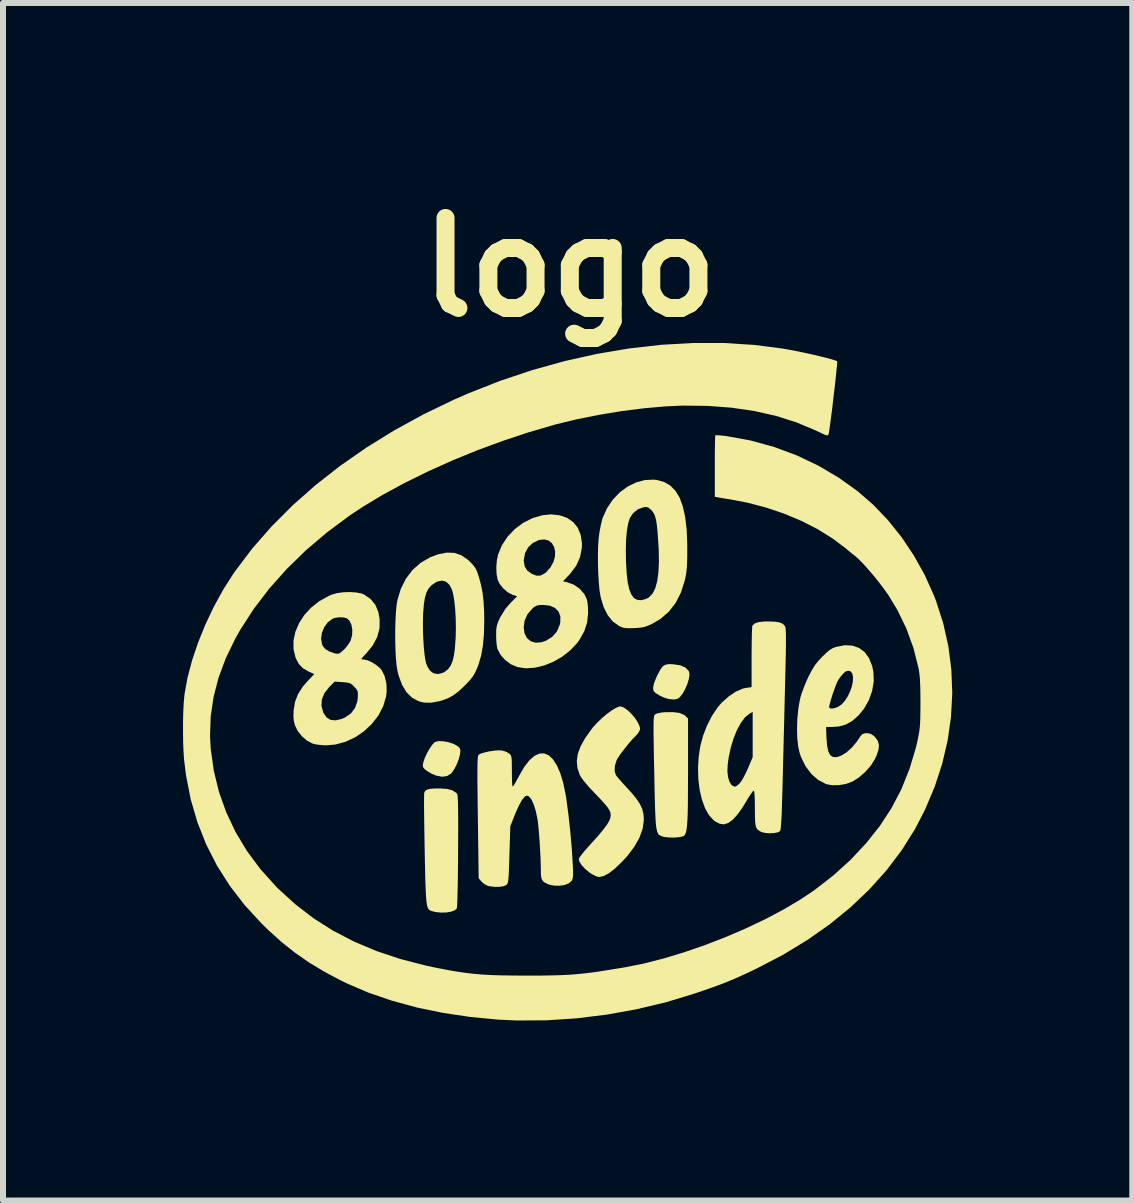
<source format=kicad_pcb>
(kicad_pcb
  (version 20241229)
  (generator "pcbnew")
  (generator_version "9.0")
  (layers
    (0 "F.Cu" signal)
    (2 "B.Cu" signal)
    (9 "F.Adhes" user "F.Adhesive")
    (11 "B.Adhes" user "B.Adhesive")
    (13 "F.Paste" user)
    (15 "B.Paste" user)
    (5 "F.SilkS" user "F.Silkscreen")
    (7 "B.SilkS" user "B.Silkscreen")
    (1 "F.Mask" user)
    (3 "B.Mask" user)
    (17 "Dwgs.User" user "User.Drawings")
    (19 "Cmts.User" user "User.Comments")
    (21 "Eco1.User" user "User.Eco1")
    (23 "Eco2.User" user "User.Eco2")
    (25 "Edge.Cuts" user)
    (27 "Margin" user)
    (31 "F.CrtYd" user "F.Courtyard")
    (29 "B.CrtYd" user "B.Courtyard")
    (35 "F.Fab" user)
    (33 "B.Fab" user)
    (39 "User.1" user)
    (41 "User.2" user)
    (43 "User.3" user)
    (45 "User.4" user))
  (footprint "logo"
    (layer "F.Cu")
    (at 6.446 8.313)
    (property "Reference" "logo" (at 0 -6.909 0) (layer "F.SilkS") (effects (font (size 1.5 1.5) (thickness 0.3))))
    (attr board_only exclude_from_pos_files exclude_from_bom)
    (fp_poly (pts (xy 1.725 -0.293) (xy 1.842 -0.275) (xy 1.928 -0.238) (xy 1.98 -0.183) (xy 1.988 -0.166) (xy 1.994 -0.114) (xy 1.982 -0.041) (xy 1.956 0.042) (xy 1.919 0.126) (xy 1.877 0.2) (xy 1.832 0.256) (xy 1.804 0.278) (xy 1.745 0.294) (xy 1.664 0.288) (xy 1.626 0.28) (xy 1.56 0.258) (xy 1.492 0.225) (xy 1.434 0.189) (xy 1.398 0.156) (xy 1.395 0.151) (xy 1.387 0.1) (xy 1.403 0.023) (xy 1.443 -0.078) (xy 1.468 -0.13) (xy 1.511 -0.209) (xy 1.55 -0.26) (xy 1.594 -0.286) (xy 1.651 -0.296)) (stroke (width 0) (type solid)) (fill yes) (layer "F.SilkS"))
    (fp_poly (pts (xy -2.114 0.989) (xy -2.029 1.004) (xy -1.946 1.03) (xy -1.921 1.042) (xy -1.867 1.072) (xy -1.838 1.099) (xy -1.826 1.133) (xy -1.824 1.148) (xy -1.83 1.209) (xy -1.851 1.288) (xy -1.884 1.373) (xy -1.924 1.452) (xy -1.966 1.513) (xy -1.974 1.523) (xy -2.043 1.568) (xy -2.128 1.581) (xy -2.228 1.562) (xy -2.298 1.533) (xy -2.357 1.499) (xy -2.407 1.465) (xy -2.426 1.448) (xy -2.446 1.421) (xy -2.451 1.391) (xy -2.442 1.344) (xy -2.437 1.324) (xy -2.412 1.256) (xy -2.376 1.18) (xy -2.333 1.107) (xy -2.29 1.045) (xy -2.252 1.006) (xy -2.244 1.001) (xy -2.19 0.988)) (stroke (width 0) (type solid)) (fill yes) (layer "F.SilkS"))
    (fp_poly (pts (xy 1.827 0.518) (xy 1.904 0.55) (xy 1.925 0.567) (xy 1.97 0.611) (xy 1.97 1.485) (xy 1.969 1.711) (xy 1.968 1.902) (xy 1.967 2.062) (xy 1.964 2.194) (xy 1.96 2.301) (xy 1.954 2.385) (xy 1.947 2.449) (xy 1.938 2.496) (xy 1.927 2.53) (xy 1.914 2.553) (xy 1.903 2.566) (xy 1.865 2.58) (xy 1.803 2.59) (xy 1.727 2.595) (xy 1.649 2.593) (xy 1.58 2.586) (xy 1.542 2.576) (xy 1.517 2.567) (xy 1.497 2.556) (xy 1.479 2.541) (xy 1.465 2.519) (xy 1.453 2.487) (xy 1.443 2.441) (xy 1.435 2.379) (xy 1.429 2.298) (xy 1.424 2.195) (xy 1.419 2.066) (xy 1.415 1.91) (xy 1.411 1.722) (xy 1.407 1.511) (xy 1.402 1.298) (xy 1.399 1.12) (xy 1.397 0.973) (xy 1.395 0.854) (xy 1.395 0.76) (xy 1.396 0.688) (xy 1.397 0.634) (xy 1.4 0.596) (xy 1.405 0.57) (xy 1.41 0.555) (xy 1.417 0.545) (xy 1.417 0.545) (xy 1.457 0.525) (xy 1.53 0.511) (xy 1.576 0.506) (xy 1.718 0.504)) (stroke (width 0) (type solid)) (fill yes) (layer "F.SilkS"))
    (fp_poly (pts (xy -2.046 1.784) (xy -1.958 1.807) (xy -1.895 1.848) (xy -1.879 1.864) (xy -1.874 1.88) (xy -1.869 1.913) (xy -1.866 1.967) (xy -1.863 2.043) (xy -1.862 2.145) (xy -1.861 2.275) (xy -1.86 2.435) (xy -1.861 2.627) (xy -1.862 2.818) (xy -1.863 3.001) (xy -1.865 3.173) (xy -1.867 3.331) (xy -1.87 3.47) (xy -1.873 3.588) (xy -1.876 3.68) (xy -1.879 3.743) (xy -1.882 3.774) (xy -1.883 3.775) (xy -1.917 3.807) (xy -1.978 3.829) (xy -2.058 3.843) (xy -2.146 3.845) (xy -2.235 3.836) (xy -2.281 3.825) (xy -2.307 3.818) (xy -2.328 3.809) (xy -2.346 3.796) (xy -2.361 3.777) (xy -2.374 3.747) (xy -2.383 3.703) (xy -2.391 3.644) (xy -2.397 3.565) (xy -2.402 3.464) (xy -2.407 3.337) (xy -2.411 3.182) (xy -2.415 2.996) (xy -2.419 2.806) (xy -2.422 2.624) (xy -2.425 2.453) (xy -2.427 2.295) (xy -2.429 2.155) (xy -2.43 2.037) (xy -2.429 1.944) (xy -2.428 1.88) (xy -2.427 1.85) (xy -2.426 1.849) (xy -2.41 1.817) (xy -2.377 1.795) (xy -2.321 1.782) (xy -2.237 1.776) (xy -2.165 1.776)) (stroke (width 0) (type solid)) (fill yes) (layer "F.SilkS"))
    (fp_poly (pts (xy 0.893 0.424) (xy 0.955 0.466) (xy 1.02 0.526) (xy 1.08 0.596) (xy 1.13 0.67) (xy 1.162 0.739) (xy 1.171 0.785) (xy 1.156 0.827) (xy 1.119 0.878) (xy 1.104 0.893) (xy 1.044 0.955) (xy 0.977 1.032) (xy 0.91 1.116) (xy 0.849 1.196) (xy 0.802 1.266) (xy 0.778 1.31) (xy 0.75 1.401) (xy 0.747 1.487) (xy 0.765 1.548) (xy 0.786 1.578) (xy 0.827 1.627) (xy 0.881 1.688) (xy 0.932 1.743) (xy 1.036 1.857) (xy 1.114 1.954) (xy 1.169 2.038) (xy 1.206 2.117) (xy 1.226 2.196) (xy 1.233 2.281) (xy 1.233 2.303) (xy 1.214 2.446) (xy 1.16 2.596) (xy 1.073 2.75) (xy 0.954 2.907) (xy 0.856 3.012) (xy 0.746 3.116) (xy 0.651 3.189) (xy 0.569 3.234) (xy 0.498 3.251) (xy 0.487 3.252) (xy 0.439 3.24) (xy 0.375 3.208) (xy 0.334 3.182) (xy 0.257 3.119) (xy 0.196 3.054) (xy 0.159 2.993) (xy 0.149 2.952) (xy 0.161 2.927) (xy 0.194 2.881) (xy 0.245 2.819) (xy 0.308 2.747) (xy 0.348 2.702) (xy 0.466 2.572) (xy 0.556 2.464) (xy 0.621 2.376) (xy 0.661 2.307) (xy 0.674 2.269) (xy 0.681 2.225) (xy 0.678 2.184) (xy 0.66 2.139) (xy 0.626 2.087) (xy 0.572 2.022) (xy 0.496 1.939) (xy 0.433 1.874) (xy 0.327 1.762) (xy 0.246 1.668) (xy 0.191 1.595) (xy 0.166 1.553) (xy 0.127 1.436) (xy 0.116 1.32) (xy 0.133 1.201) (xy 0.179 1.075) (xy 0.255 0.938) (xy 0.363 0.787) (xy 0.387 0.756) (xy 0.453 0.683) (xy 0.53 0.609) (xy 0.612 0.539) (xy 0.692 0.48) (xy 0.764 0.436) (xy 0.821 0.412) (xy 0.84 0.409)) (stroke (width 0) (type solid)) (fill yes) (layer "F.SilkS"))
    (fp_poly (pts (xy -1.926 -2.15) (xy -1.812 -2.112) (xy -1.705 -2.04) (xy -1.67 -2.008) (xy -1.613 -1.949) (xy -1.575 -1.897) (xy -1.546 -1.839) (xy -1.519 -1.758) (xy -1.518 -1.756) (xy -1.481 -1.621) (xy -1.454 -1.483) (xy -1.437 -1.335) (xy -1.428 -1.167) (xy -1.426 -1.013) (xy -1.431 -0.796) (xy -1.448 -0.61) (xy -1.476 -0.446) (xy -1.518 -0.3) (xy -1.546 -0.226) (xy -1.579 -0.154) (xy -1.615 -0.093) (xy -1.661 -0.034) (xy -1.725 0.035) (xy -1.755 0.065) (xy -1.852 0.157) (xy -1.94 0.223) (xy -2.028 0.272) (xy -2.128 0.309) (xy -2.183 0.324) (xy -2.317 0.348) (xy -2.434 0.345) (xy -2.518 0.323) (xy -2.628 0.265) (xy -2.721 0.174) (xy -2.796 0.05) (xy -2.853 -0.105) (xy -2.873 -0.186) (xy -2.888 -0.279) (xy -2.899 -0.401) (xy -2.906 -0.544) (xy -2.91 -0.698) (xy -2.91 -0.857) (xy -2.907 -0.974) (xy -2.449 -0.974) (xy -2.447 -0.84) (xy -2.441 -0.703) (xy -2.433 -0.572) (xy -2.421 -0.455) (xy -2.407 -0.361) (xy -2.396 -0.312) (xy -2.37 -0.249) (xy -2.332 -0.19) (xy -2.33 -0.186) (xy -2.27 -0.142) (xy -2.197 -0.13) (xy -2.117 -0.15) (xy -2.087 -0.166) (xy -2.032 -0.209) (xy -1.989 -0.265) (xy -1.956 -0.34) (xy -1.932 -0.437) (xy -1.915 -0.561) (xy -1.904 -0.718) (xy -1.902 -0.753) (xy -1.899 -0.904) (xy -1.902 -1.057) (xy -1.91 -1.205) (xy -1.924 -1.339) (xy -1.942 -1.452) (xy -1.962 -1.53) (xy -2.005 -1.616) (xy -2.062 -1.669) (xy -2.13 -1.688) (xy -2.208 -1.672) (xy -2.246 -1.652) (xy -2.308 -1.607) (xy -2.355 -1.554) (xy -2.391 -1.486) (xy -2.416 -1.399) (xy -2.433 -1.287) (xy -2.444 -1.144) (xy -2.446 -1.096) (xy -2.449 -0.974) (xy -2.907 -0.974) (xy -2.906 -1.011) (xy -2.899 -1.152) (xy -2.888 -1.272) (xy -2.875 -1.356) (xy -2.817 -1.549) (xy -2.732 -1.719) (xy -2.621 -1.865) (xy -2.485 -1.985) (xy -2.326 -2.077) (xy -2.194 -2.126) (xy -2.052 -2.154)) (stroke (width 0) (type solid)) (fill yes) (layer "F.SilkS"))
    (fp_poly (pts (xy 1.455 -3.364) (xy 1.573 -3.33) (xy 1.675 -3.271) (xy 1.76 -3.184) (xy 1.83 -3.069) (xy 1.883 -2.924) (xy 1.922 -2.748) (xy 1.947 -2.54) (xy 1.957 -2.299) (xy 1.957 -2.22) (xy 1.957 -2.086) (xy 1.954 -1.981) (xy 1.949 -1.896) (xy 1.941 -1.823) (xy 1.93 -1.756) (xy 1.916 -1.692) (xy 1.853 -1.492) (xy 1.764 -1.317) (xy 1.649 -1.169) (xy 1.509 -1.048) (xy 1.378 -0.971) (xy 1.305 -0.937) (xy 1.245 -0.916) (xy 1.184 -0.904) (xy 1.105 -0.898) (xy 1.071 -0.896) (xy 0.984 -0.894) (xy 0.923 -0.897) (xy 0.876 -0.907) (xy 0.832 -0.925) (xy 0.823 -0.93) (xy 0.719 -1.003) (xy 0.633 -1.109) (xy 0.564 -1.245) (xy 0.514 -1.411) (xy 0.51 -1.434) (xy 0.494 -1.531) (xy 0.483 -1.656) (xy 0.474 -1.799) (xy 0.469 -1.951) (xy 0.468 -2.104) (xy 0.47 -2.2) (xy 0.933 -2.2) (xy 0.936 -2.001) (xy 0.936 -1.997) (xy 0.947 -1.812) (xy 0.964 -1.661) (xy 0.99 -1.544) (xy 1.024 -1.457) (xy 1.067 -1.398) (xy 1.12 -1.367) (xy 1.183 -1.361) (xy 1.196 -1.362) (xy 1.257 -1.378) (xy 1.312 -1.404) (xy 1.318 -1.408) (xy 1.377 -1.469) (xy 1.423 -1.558) (xy 1.456 -1.675) (xy 1.476 -1.823) (xy 1.485 -2.002) (xy 1.481 -2.213) (xy 1.472 -2.355) (xy 1.462 -2.497) (xy 1.451 -2.608) (xy 1.438 -2.692) (xy 1.422 -2.755) (xy 1.402 -2.804) (xy 1.376 -2.842) (xy 1.354 -2.867) (xy 1.312 -2.903) (xy 1.274 -2.914) (xy 1.232 -2.911) (xy 1.138 -2.878) (xy 1.057 -2.814) (xy 1.002 -2.733) (xy 0.973 -2.646) (xy 0.952 -2.526) (xy 0.938 -2.376) (xy 0.933 -2.2) (xy 0.47 -2.2) (xy 0.471 -2.247) (xy 0.479 -2.372) (xy 0.481 -2.397) (xy 0.496 -2.505) (xy 0.516 -2.611) (xy 0.538 -2.701) (xy 0.548 -2.734) (xy 0.62 -2.894) (xy 0.715 -3.035) (xy 0.83 -3.156) (xy 0.961 -3.253) (xy 1.102 -3.323) (xy 1.249 -3.363) (xy 1.399 -3.37)) (stroke (width 0) (type solid)) (fill yes) (layer "F.SilkS"))
    (fp_poly (pts (xy 4.71 -0.604) (xy 4.821 -0.565) (xy 4.914 -0.495) (xy 4.987 -0.394) (xy 5.038 -0.264) (xy 5.059 -0.167) (xy 5.065 -0.013) (xy 5.039 0.146) (xy 4.985 0.301) (xy 4.904 0.445) (xy 4.812 0.558) (xy 4.706 0.651) (xy 4.6 0.711) (xy 4.486 0.743) (xy 4.397 0.75) (xy 4.27 0.753) (xy 4.277 0.938) (xy 4.288 1.066) (xy 4.308 1.16) (xy 4.34 1.222) (xy 4.385 1.252) (xy 4.445 1.255) (xy 4.52 1.23) (xy 4.521 1.23) (xy 4.61 1.176) (xy 4.699 1.096) (xy 4.78 1) (xy 4.805 0.962) (xy 4.844 0.905) (xy 4.875 0.872) (xy 4.909 0.858) (xy 4.957 0.855) (xy 4.958 0.855) (xy 5.012 0.865) (xy 5.064 0.899) (xy 5.084 0.918) (xy 5.131 0.98) (xy 5.151 1.048) (xy 5.145 1.128) (xy 5.112 1.226) (xy 5.088 1.279) (xy 5.018 1.393) (xy 4.922 1.502) (xy 4.812 1.597) (xy 4.706 1.663) (xy 4.601 1.701) (xy 4.486 1.721) (xy 4.373 1.723) (xy 4.276 1.705) (xy 4.268 1.702) (xy 4.14 1.635) (xy 4.026 1.536) (xy 3.93 1.409) (xy 3.854 1.256) (xy 3.831 1.189) (xy 3.805 1.077) (xy 3.79 0.938) (xy 3.786 0.782) (xy 3.791 0.619) (xy 3.807 0.457) (xy 3.814 0.412) (xy 4.323 0.412) (xy 4.323 0.432) (xy 4.351 0.445) (xy 4.401 0.441) (xy 4.462 0.42) (xy 4.47 0.416) (xy 4.53 0.375) (xy 4.585 0.314) (xy 4.633 0.239) (xy 4.672 0.156) (xy 4.701 0.071) (xy 4.717 -0.01) (xy 4.719 -0.083) (xy 4.707 -0.14) (xy 4.677 -0.176) (xy 4.639 -0.186) (xy 4.601 -0.176) (xy 4.56 -0.143) (xy 4.51 -0.084) (xy 4.477 -0.038) (xy 4.456 0.001) (xy 4.431 0.062) (xy 4.403 0.138) (xy 4.375 0.219) (xy 4.351 0.297) (xy 4.332 0.364) (xy 4.323 0.412) (xy 3.814 0.412) (xy 3.832 0.307) (xy 3.845 0.251) (xy 3.871 0.17) (xy 3.908 0.071) (xy 3.951 -0.031) (xy 3.98 -0.093) (xy 4.034 -0.196) (xy 4.084 -0.277) (xy 4.14 -0.348) (xy 4.208 -0.421) (xy 4.278 -0.488) (xy 4.333 -0.533) (xy 4.384 -0.563) (xy 4.439 -0.583) (xy 4.44 -0.583) (xy 4.583 -0.611)) (stroke (width 0) (type solid)) (fill yes) (layer "F.SilkS"))
    (fp_poly (pts (xy -1.139 1.143) (xy -1.077 1.159) (xy -1.022 1.186) (xy -1.014 1.191) (xy -0.995 1.208) (xy -0.982 1.225) (xy -0.974 1.251) (xy -0.969 1.292) (xy -0.967 1.354) (xy -0.966 1.444) (xy -0.966 1.488) (xy -0.965 1.581) (xy -0.963 1.659) (xy -0.959 1.716) (xy -0.954 1.744) (xy -0.952 1.746) (xy -0.939 1.731) (xy -0.913 1.689) (xy -0.878 1.627) (xy -0.845 1.565) (xy -0.76 1.418) (xy -0.675 1.308) (xy -0.59 1.234) (xy -0.508 1.195) (xy -0.429 1.192) (xy -0.353 1.223) (xy -0.282 1.289) (xy -0.218 1.388) (xy -0.16 1.52) (xy -0.11 1.685) (xy -0.069 1.883) (xy -0.057 1.96) (xy -0.023 2.217) (xy 0.007 2.493) (xy 0.032 2.769) (xy 0.048 3.023) (xy 0.053 3.126) (xy 0.055 3.2) (xy 0.052 3.25) (xy 0.045 3.284) (xy 0.034 3.31) (xy 0.031 3.315) (xy -0.018 3.358) (xy -0.09 3.386) (xy -0.177 3.398) (xy -0.268 3.395) (xy -0.353 3.376) (xy -0.422 3.342) (xy -0.446 3.322) (xy -0.465 3.294) (xy -0.477 3.257) (xy -0.482 3.201) (xy -0.483 3.132) (xy -0.485 3.035) (xy -0.489 2.919) (xy -0.496 2.791) (xy -0.504 2.659) (xy -0.513 2.533) (xy -0.523 2.42) (xy -0.533 2.329) (xy -0.541 2.276) (xy -0.57 2.143) (xy -0.604 2.036) (xy -0.642 1.956) (xy -0.682 1.909) (xy -0.717 1.895) (xy -0.752 1.913) (xy -0.795 1.965) (xy -0.842 2.048) (xy -0.894 2.16) (xy -0.913 2.206) (xy -0.992 2.406) (xy -1.007 2.88) (xy -1.011 3.025) (xy -1.015 3.138) (xy -1.019 3.222) (xy -1.024 3.283) (xy -1.029 3.325) (xy -1.036 3.353) (xy -1.045 3.37) (xy -1.056 3.383) (xy -1.061 3.386) (xy -1.107 3.406) (xy -1.176 3.416) (xy -1.258 3.416) (xy -1.339 3.406) (xy -1.369 3.398) (xy -1.421 3.372) (xy -1.47 3.331) (xy -1.473 3.327) (xy -1.519 3.273) (xy -1.533 2.257) (xy -1.536 2.032) (xy -1.538 1.841) (xy -1.54 1.682) (xy -1.54 1.552) (xy -1.54 1.448) (xy -1.539 1.367) (xy -1.536 1.306) (xy -1.533 1.263) (xy -1.529 1.236) (xy -1.524 1.22) (xy -1.521 1.216) (xy -1.485 1.196) (xy -1.423 1.177) (xy -1.346 1.159) (xy -1.265 1.147) (xy -1.191 1.141)) (stroke (width 0) (type solid)) (fill yes) (layer "F.SilkS"))
    (fp_poly (pts (xy -0.169 -2.776) (xy -0.044 -2.732) (xy 0.058 -2.661) (xy 0.134 -2.565) (xy 0.182 -2.446) (xy 0.202 -2.306) (xy 0.2 -2.231) (xy 0.17 -2.078) (xy 0.106 -1.935) (xy 0.006 -1.802) (xy -0.01 -1.785) (xy -0.114 -1.676) (xy -0.052 -1.662) (xy 0.064 -1.621) (xy 0.164 -1.552) (xy 0.242 -1.462) (xy 0.281 -1.381) (xy 0.294 -1.325) (xy 0.302 -1.245) (xy 0.305 -1.156) (xy 0.305 -1.152) (xy 0.288 -0.99) (xy 0.24 -0.841) (xy 0.159 -0.698) (xy 0.121 -0.646) (xy 0.007 -0.525) (xy -0.127 -0.42) (xy -0.274 -0.335) (xy -0.428 -0.273) (xy -0.584 -0.236) (xy -0.734 -0.226) (xy -0.873 -0.247) (xy -0.877 -0.248) (xy -0.982 -0.293) (xy -1.078 -0.364) (xy -1.155 -0.452) (xy -1.206 -0.548) (xy -1.209 -0.56) (xy -1.218 -0.608) (xy -1.225 -0.68) (xy -1.228 -0.761) (xy -1.228 -0.778) (xy -1.227 -0.861) (xy -1.221 -0.91) (xy -0.769 -0.91) (xy -0.755 -0.809) (xy -0.715 -0.73) (xy -0.652 -0.677) (xy -0.571 -0.653) (xy -0.477 -0.659) (xy -0.399 -0.685) (xy -0.292 -0.752) (xy -0.216 -0.839) (xy -0.169 -0.948) (xy -0.159 -0.996) (xy -0.158 -1.093) (xy -0.189 -1.173) (xy -0.249 -1.233) (xy -0.335 -1.27) (xy -0.441 -1.282) (xy -0.509 -1.28) (xy -0.555 -1.27) (xy -0.593 -1.248) (xy -0.623 -1.223) (xy -0.705 -1.128) (xy -0.754 -1.018) (xy -0.769 -0.91) (xy -1.221 -0.91) (xy -1.219 -0.924) (xy -1.202 -0.982) (xy -1.172 -1.052) (xy -1.164 -1.069) (xy -1.073 -1.218) (xy -0.989 -1.315) (xy -0.878 -1.426) (xy -0.955 -1.451) (xy -1.034 -1.492) (xy -1.109 -1.557) (xy -1.17 -1.633) (xy -1.203 -1.702) (xy -1.221 -1.799) (xy -1.225 -1.915) (xy -1.216 -2.022) (xy -0.768 -2.022) (xy -0.754 -1.929) (xy -0.711 -1.856) (xy -0.634 -1.8) (xy -0.63 -1.798) (xy -0.553 -1.769) (xy -0.486 -1.772) (xy -0.419 -1.808) (xy -0.391 -1.831) (xy -0.32 -1.912) (xy -0.273 -1.999) (xy -0.248 -2.087) (xy -0.245 -2.172) (xy -0.262 -2.248) (xy -0.298 -2.31) (xy -0.352 -2.354) (xy -0.423 -2.374) (xy -0.509 -2.365) (xy -0.518 -2.363) (xy -0.618 -2.314) (xy -0.696 -2.239) (xy -0.747 -2.143) (xy -0.767 -2.03) (xy -0.768 -2.022) (xy -1.216 -2.022) (xy -1.215 -2.031) (xy -1.197 -2.119) (xy -1.132 -2.277) (xy -1.037 -2.42) (xy -0.917 -2.546) (xy -0.778 -2.65) (xy -0.623 -2.728) (xy -0.46 -2.776) (xy -0.315 -2.791)) (stroke (width 0) (type solid)) (fill yes) (layer "F.SilkS"))
    (fp_poly (pts (xy 3.416 -1.003) (xy 3.494 -0.991) (xy 3.548 -0.969) (xy 3.581 -0.935) (xy 3.589 -0.92) (xy 3.595 -0.899) (xy 3.598 -0.858) (xy 3.601 -0.797) (xy 3.601 -0.711) (xy 3.601 -0.599) (xy 3.599 -0.459) (xy 3.595 -0.286) (xy 3.59 -0.08) (xy 3.589 -0.023) (xy 3.583 0.194) (xy 3.577 0.435) (xy 3.571 0.691) (xy 3.564 0.951) (xy 3.558 1.204) (xy 3.552 1.441) (xy 3.547 1.644) (xy 3.541 1.849) (xy 3.536 2.019) (xy 3.532 2.157) (xy 3.527 2.267) (xy 3.522 2.352) (xy 3.517 2.413) (xy 3.512 2.455) (xy 3.506 2.48) (xy 3.501 2.489) (xy 3.463 2.508) (xy 3.401 2.52) (xy 3.328 2.523) (xy 3.256 2.518) (xy 3.198 2.504) (xy 3.187 2.499) (xy 3.15 2.478) (xy 3.123 2.455) (xy 3.105 2.425) (xy 3.094 2.382) (xy 3.087 2.318) (xy 3.085 2.23) (xy 3.084 2.116) (xy 3.083 2.015) (xy 3.081 1.928) (xy 3.076 1.861) (xy 3.071 1.821) (xy 3.068 1.813) (xy 3.051 1.823) (xy 3.023 1.859) (xy 2.986 1.915) (xy 2.967 1.946) (xy 2.875 2.098) (xy 2.79 2.215) (xy 2.713 2.299) (xy 2.64 2.352) (xy 2.569 2.374) (xy 2.5 2.366) (xy 2.428 2.33) (xy 2.395 2.305) (xy 2.318 2.22) (xy 2.253 2.105) (xy 2.202 1.964) (xy 2.164 1.803) (xy 2.142 1.628) (xy 2.138 1.496) (xy 2.626 1.496) (xy 2.638 1.593) (xy 2.663 1.67) (xy 2.698 1.723) (xy 2.743 1.746) (xy 2.751 1.747) (xy 2.782 1.733) (xy 2.822 1.699) (xy 2.841 1.678) (xy 2.873 1.631) (xy 2.912 1.56) (xy 2.952 1.478) (xy 2.972 1.432) (xy 3.047 1.254) (xy 3.047 0.877) (xy 3.047 0.5) (xy 2.99 0.533) (xy 2.918 0.593) (xy 2.849 0.685) (xy 2.785 0.803) (xy 2.729 0.942) (xy 2.682 1.095) (xy 2.647 1.258) (xy 2.63 1.386) (xy 2.626 1.496) (xy 2.138 1.496) (xy 2.136 1.442) (xy 2.147 1.252) (xy 2.174 1.071) (xy 2.22 0.898) (xy 2.287 0.726) (xy 2.369 0.566) (xy 2.463 0.425) (xy 2.533 0.345) (xy 2.65 0.241) (xy 2.767 0.162) (xy 2.88 0.113) (xy 2.94 0.1) (xy 3.029 0.088) (xy 3.029 -0.416) (xy 3.03 -0.55) (xy 3.031 -0.672) (xy 3.033 -0.777) (xy 3.036 -0.86) (xy 3.039 -0.916) (xy 3.043 -0.94) (xy 3.043 -0.94) (xy 3.082 -0.974) (xy 3.146 -0.996) (xy 3.241 -1.006) (xy 3.306 -1.007)) (stroke (width 0) (type solid)) (fill yes) (layer "F.SilkS"))
    (fp_poly (pts (xy -3.561 -1.49) (xy -3.472 -1.473) (xy -3.428 -1.455) (xy -3.321 -1.381) (xy -3.243 -1.288) (xy -3.193 -1.172) (xy -3.17 -1.05) (xy -3.171 -0.896) (xy -3.21 -0.748) (xy -3.284 -0.607) (xy -3.389 -0.478) (xy -3.433 -0.432) (xy -3.463 -0.397) (xy -3.475 -0.381) (xy -3.459 -0.374) (xy -3.431 -0.372) (xy -3.37 -0.359) (xy -3.296 -0.325) (xy -3.222 -0.278) (xy -3.16 -0.225) (xy -3.135 -0.194) (xy -3.086 -0.095) (xy -3.057 0.025) (xy -3.052 0.154) (xy -3.062 0.245) (xy -3.111 0.408) (xy -3.191 0.561) (xy -3.299 0.7) (xy -3.429 0.822) (xy -3.576 0.923) (xy -3.737 0.998) (xy -3.906 1.044) (xy -4.064 1.058) (xy -4.148 1.053) (xy -4.23 1.042) (xy -4.291 1.027) (xy -4.381 0.979) (xy -4.466 0.905) (xy -4.537 0.815) (xy -4.58 0.725) (xy -4.599 0.653) (xy -4.606 0.576) (xy -4.603 0.48) (xy -4.603 0.478) (xy -4.59 0.4) (xy -4.139 0.4) (xy -4.109 0.51) (xy -4.107 0.516) (xy -4.056 0.591) (xy -3.989 0.633) (xy -3.904 0.642) (xy -3.804 0.618) (xy -3.742 0.591) (xy -3.646 0.524) (xy -3.579 0.433) (xy -3.54 0.322) (xy -3.534 0.267) (xy -3.531 0.202) (xy -3.536 0.159) (xy -3.554 0.125) (xy -3.589 0.084) (xy -3.59 0.083) (xy -3.626 0.047) (xy -3.659 0.025) (xy -3.701 0.013) (xy -3.765 0.006) (xy -3.785 0.005) (xy -3.918 -0.005) (xy -4.009 0.086) (xy -4.089 0.187) (xy -4.132 0.292) (xy -4.139 0.4) (xy -4.59 0.4) (xy -4.58 0.334) (xy -4.529 0.203) (xy -4.448 0.077) (xy -4.369 -0.014) (xy -4.259 -0.13) (xy -4.345 -0.168) (xy -4.446 -0.226) (xy -4.518 -0.3) (xy -4.569 -0.399) (xy -4.571 -0.404) (xy -4.605 -0.545) (xy -4.605 -0.691) (xy -4.599 -0.718) (xy -4.145 -0.718) (xy -4.129 -0.625) (xy -4.116 -0.596) (xy -4.073 -0.546) (xy -4.003 -0.504) (xy -3.919 -0.475) (xy -3.864 -0.467) (xy -3.836 -0.478) (xy -3.794 -0.51) (xy -3.758 -0.543) (xy -3.709 -0.6) (xy -3.668 -0.66) (xy -3.652 -0.692) (xy -3.628 -0.779) (xy -3.625 -0.869) (xy -3.64 -0.953) (xy -3.673 -1.02) (xy -3.715 -1.059) (xy -3.771 -1.074) (xy -3.844 -1.076) (xy -3.915 -1.066) (xy -3.954 -1.052) (xy -4.034 -0.992) (xy -4.094 -0.91) (xy -4.132 -0.816) (xy -4.145 -0.718) (xy -4.599 -0.718) (xy -4.573 -0.837) (xy -4.512 -0.98) (xy -4.424 -1.115) (xy -4.311 -1.237) (xy -4.175 -1.345) (xy -4.018 -1.432) (xy -3.973 -1.452) (xy -3.885 -1.478) (xy -3.779 -1.493) (xy -3.667 -1.497)) (stroke (width 0) (type solid)) (fill yes) (layer "F.SilkS"))
    (fp_poly (pts (xy 2.569 -5.647) (xy 3.074 -5.615) (xy 3.549 -5.554) (xy 3.661 -5.534) (xy 3.783 -5.511) (xy 3.91 -5.484) (xy 4.035 -5.457) (xy 4.155 -5.429) (xy 4.262 -5.403) (xy 4.351 -5.379) (xy 4.416 -5.359) (xy 4.452 -5.345) (xy 4.455 -5.342) (xy 4.456 -5.323) (xy 4.452 -5.271) (xy 4.444 -5.194) (xy 4.434 -5.095) (xy 4.422 -4.981) (xy 4.407 -4.857) (xy 4.392 -4.728) (xy 4.377 -4.599) (xy 4.362 -4.475) (xy 4.347 -4.363) (xy 4.334 -4.267) (xy 4.324 -4.193) (xy 4.316 -4.146) (xy 4.313 -4.135) (xy 4.308 -4.117) (xy 4.298 -4.108) (xy 4.278 -4.109) (xy 4.243 -4.121) (xy 4.187 -4.147) (xy 4.103 -4.187) (xy 4.092 -4.192) (xy 3.779 -4.323) (xy 3.44 -4.431) (xy 3.078 -4.513) (xy 2.696 -4.569) (xy 2.298 -4.599) (xy 1.884 -4.604) (xy 1.598 -4.591) (xy 1.242 -4.56) (xy 0.869 -4.513) (xy 0.493 -4.451) (xy 0.126 -4.378) (xy -0.218 -4.295) (xy -0.251 -4.286) (xy -0.68 -4.161) (xy -1.111 -4.018) (xy -1.538 -3.861) (xy -1.956 -3.69) (xy -2.361 -3.508) (xy -2.747 -3.318) (xy -3.11 -3.122) (xy -3.444 -2.921) (xy -3.665 -2.775) (xy -4.043 -2.494) (xy -4.395 -2.196) (xy -4.717 -1.882) (xy -5.009 -1.554) (xy -5.268 -1.215) (xy -5.494 -0.865) (xy -5.574 -0.722) (xy -5.732 -0.397) (xy -5.853 -0.073) (xy -5.937 0.251) (xy -5.985 0.576) (xy -5.996 0.903) (xy -5.985 1.111) (xy -5.934 1.476) (xy -5.848 1.831) (xy -5.726 2.173) (xy -5.571 2.502) (xy -5.381 2.818) (xy -5.157 3.12) (xy -4.9 3.406) (xy -4.86 3.447) (xy -4.574 3.707) (xy -4.269 3.941) (xy -3.943 4.148) (xy -3.594 4.329) (xy -3.221 4.486) (xy -2.822 4.619) (xy -2.395 4.729) (xy -2.22 4.766) (xy -2.048 4.799) (xy -1.892 4.827) (xy -1.748 4.848) (xy -1.607 4.865) (xy -1.464 4.877) (xy -1.311 4.886) (xy -1.142 4.891) (xy -0.949 4.894) (xy -0.727 4.895) (xy -0.715 4.895) (xy -0.504 4.895) (xy -0.322 4.892) (xy -0.161 4.888) (xy -0.013 4.881) (xy 0.128 4.87) (xy 0.271 4.855) (xy 0.423 4.836) (xy 0.59 4.81) (xy 0.782 4.779) (xy 0.929 4.755) (xy 1.242 4.692) (xy 1.572 4.607) (xy 1.912 4.504) (xy 2.258 4.384) (xy 2.602 4.251) (xy 2.939 4.106) (xy 3.262 3.952) (xy 3.566 3.791) (xy 3.844 3.626) (xy 4.078 3.469) (xy 4.392 3.225) (xy 4.679 2.965) (xy 4.937 2.69) (xy 5.164 2.404) (xy 5.358 2.108) (xy 5.517 1.805) (xy 5.523 1.793) (xy 5.661 1.45) (xy 5.765 1.103) (xy 5.793 0.986) (xy 5.809 0.904) (xy 5.822 0.833) (xy 5.831 0.765) (xy 5.837 0.692) (xy 5.84 0.606) (xy 5.842 0.5) (xy 5.843 0.365) (xy 5.843 0.344) (xy 5.842 0.189) (xy 5.839 0.064) (xy 5.835 -0.038) (xy 5.827 -0.122) (xy 5.817 -0.196) (xy 5.81 -0.232) (xy 5.726 -0.565) (xy 5.608 -0.889) (xy 5.458 -1.199) (xy 5.312 -1.44) (xy 5.239 -1.544) (xy 5.154 -1.656) (xy 5.064 -1.768) (xy 4.973 -1.874) (xy 4.888 -1.969) (xy 4.812 -2.047) (xy 4.751 -2.1) (xy 4.746 -2.104) (xy 4.702 -2.138) (xy 4.643 -2.186) (xy 4.588 -2.232) (xy 4.374 -2.393) (xy 4.13 -2.544) (xy 3.862 -2.681) (xy 3.574 -2.802) (xy 3.273 -2.904) (xy 2.965 -2.985) (xy 2.694 -3.037) (xy 2.609 -3.051) (xy 2.534 -3.063) (xy 2.479 -3.073) (xy 2.457 -3.077) (xy 2.416 -3.085) (xy 2.416 -3.593) (xy 2.416 -3.726) (xy 2.417 -3.847) (xy 2.418 -3.951) (xy 2.42 -4.033) (xy 2.422 -4.087) (xy 2.425 -4.109) (xy 2.425 -4.11) (xy 2.446 -4.111) (xy 2.496 -4.108) (xy 2.566 -4.101) (xy 2.615 -4.095) (xy 3.015 -4.022) (xy 3.406 -3.914) (xy 3.785 -3.773) (xy 4.149 -3.599) (xy 4.494 -3.394) (xy 4.796 -3.177) (xy 5.057 -2.951) (xy 5.303 -2.693) (xy 5.529 -2.41) (xy 5.734 -2.104) (xy 5.914 -1.781) (xy 6.066 -1.444) (xy 6.1 -1.356) (xy 6.222 -0.978) (xy 6.308 -0.594) (xy 6.358 -0.204) (xy 6.373 0.189) (xy 6.352 0.583) (xy 6.296 0.976) (xy 6.205 1.366) (xy 6.079 1.751) (xy 5.919 2.13) (xy 5.752 2.453) (xy 5.533 2.802) (xy 5.28 3.137) (xy 4.995 3.455) (xy 4.679 3.756) (xy 4.331 4.04) (xy 3.953 4.305) (xy 3.546 4.552) (xy 3.11 4.779) (xy 2.967 4.847) (xy 2.849 4.901) (xy 2.748 4.946) (xy 2.655 4.985) (xy 2.564 5.022) (xy 2.467 5.059) (xy 2.356 5.098) (xy 2.225 5.144) (xy 2.072 5.196) (xy 1.603 5.339) (xy 1.115 5.455) (xy 0.617 5.545) (xy 0.114 5.607) (xy -0.387 5.64) (xy -0.878 5.643) (xy -1.191 5.629) (xy -1.661 5.584) (xy -2.116 5.516) (xy -2.551 5.426) (xy -2.965 5.313) (xy -3.354 5.18) (xy -3.715 5.025) (xy -3.808 4.98) (xy -4.089 4.831) (xy -4.343 4.678) (xy -4.577 4.516) (xy -4.802 4.337) (xy -5.026 4.135) (xy -5.139 4.024) (xy -5.419 3.72) (xy -5.666 3.399) (xy -5.88 3.062) (xy -6.06 2.709) (xy -6.206 2.34) (xy -6.318 1.957) (xy -6.396 1.559) (xy -6.429 1.291) (xy -6.438 1.158) (xy -6.444 1.004) (xy -6.446 0.837) (xy -6.446 0.668) (xy -6.442 0.505) (xy -6.435 0.357) (xy -6.424 0.235) (xy -6.42 0.2) (xy -6.371 -0.071) (xy -6.295 -0.358) (xy -6.195 -0.655) (xy -6.074 -0.954) (xy -5.934 -1.249) (xy -5.778 -1.534) (xy -5.608 -1.801) (xy -5.58 -1.841) (xy -5.295 -2.219) (xy -4.975 -2.585) (xy -4.623 -2.938) (xy -4.241 -3.276) (xy -3.83 -3.598) (xy -3.392 -3.903) (xy -2.928 -4.19) (xy -2.441 -4.457) (xy -1.933 -4.702) (xy -1.691 -4.808) (xy -1.165 -5.015) (xy -0.631 -5.194) (xy -0.093 -5.344) (xy 0.448 -5.465) (xy 0.987 -5.556) (xy 1.522 -5.617) (xy 2.05 -5.647)) (stroke (width 0) (type solid)) (fill yes) (layer "F.SilkS")))
  (gr_rect
    (start -3 -3)
    (end 15.819 16.956)
    (stroke (width 0.1) (type default))
    (fill no)
    (layer "Edge.Cuts")))
</source>
